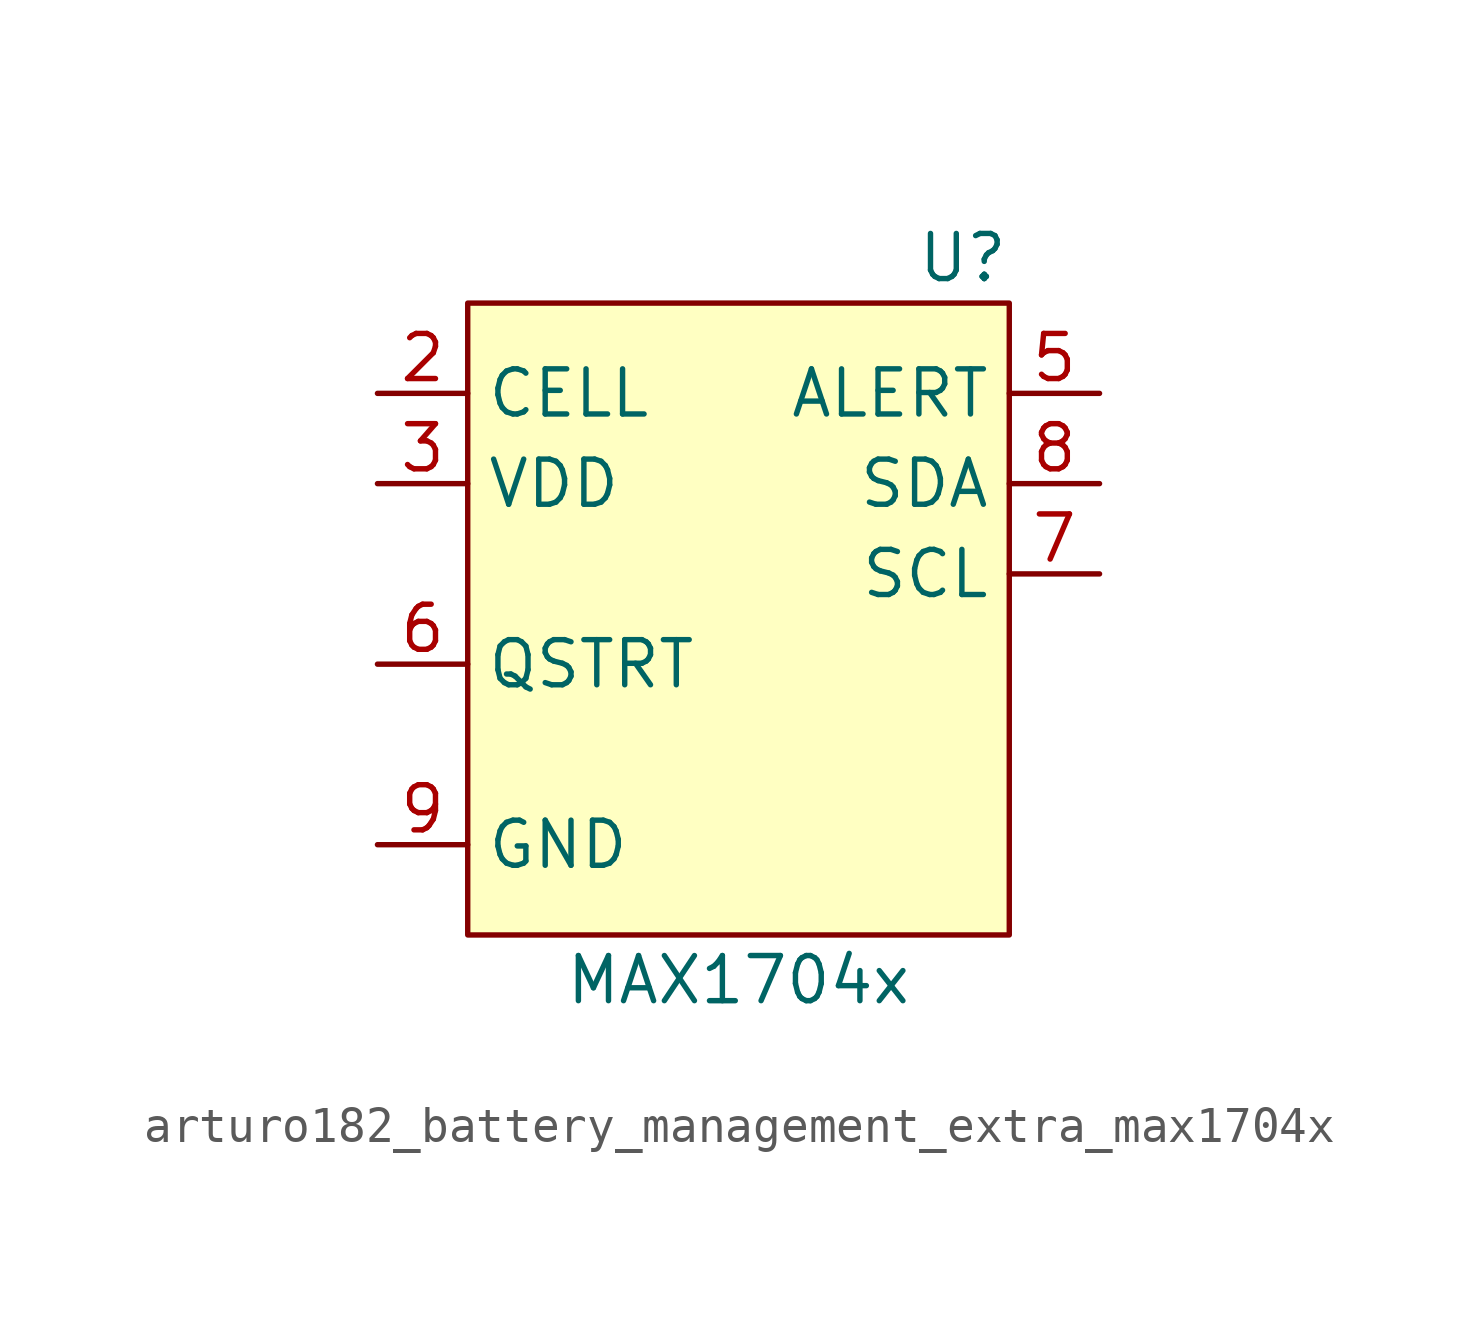
<source format=kicad_sym>
(kicad_symbol_lib
  (version 20220914)
  (generator kicad_symbol_editor)
  (symbol "arturo182_battery_management_extra_max1704x"
    (property "Reference" "U"
      (at 7.62 11.43 0)
      (effects (font (size 1.27 1.27)) (justify right)))
    (property "Value" "MAX1704x"
      (at 0 -8.89 0)
      (effects (font (size 1.27 1.27))))
    (symbol "arturo182_battery_management_extra_max1704x_0_0"
      (pin passive line (at -10.16 -5.08 0) (length 2.54) hide (name "GND" (effects (font (size 1.27 1.27)))) (number "1" (effects (font (size 1.27 1.27)))))
      (pin power_in line (at -10.16 7.62 0) (length 2.54) (name "CELL" (effects (font (size 1.27 1.27)))) (number "2" (effects (font (size 1.27 1.27)))))
      (pin power_in line (at -10.16 5.08 0) (length 2.54) (name "VDD" (effects (font (size 1.27 1.27)))) (number "3" (effects (font (size 1.27 1.27)))))
      (pin passive line (at -10.16 -5.08 0) (length 2.54) hide (name "GND" (effects (font (size 1.27 1.27)))) (number "4" (effects (font (size 1.27 1.27)))))
      (pin output line (at 10.16 7.62 180) (length 2.54) (name "ALERT" (effects (font (size 1.27 1.27)))) (number "5" (effects (font (size 1.27 1.27)))))
      (pin input line (at -10.16 0 0) (length 2.54) (name "QSTRT" (effects (font (size 1.27 1.27)))) (number "6" (effects (font (size 1.27 1.27)))))
      (pin input line (at 10.16 2.54 180) (length 2.54) (name "SCL" (effects (font (size 1.27 1.27)))) (number "7" (effects (font (size 1.27 1.27)))))
      (pin bidirectional line (at 10.16 5.08 180) (length 2.54) (name "SDA" (effects (font (size 1.27 1.27)))) (number "8" (effects (font (size 1.27 1.27)))))
      (pin power_in line (at -10.16 -5.08 0) (length 2.54) (name "GND" (effects (font (size 1.27 1.27)))) (number "9" (effects (font (size 1.27 1.27))))))
    (symbol "arturo182_battery_management_extra_max1704x_0_1"
      (rectangle (start -7.62 10.16) (end 7.62 -7.62) (stroke (width 0.152) (type default) (color 0 0 0 0)) (fill (type background))))))
</source>
